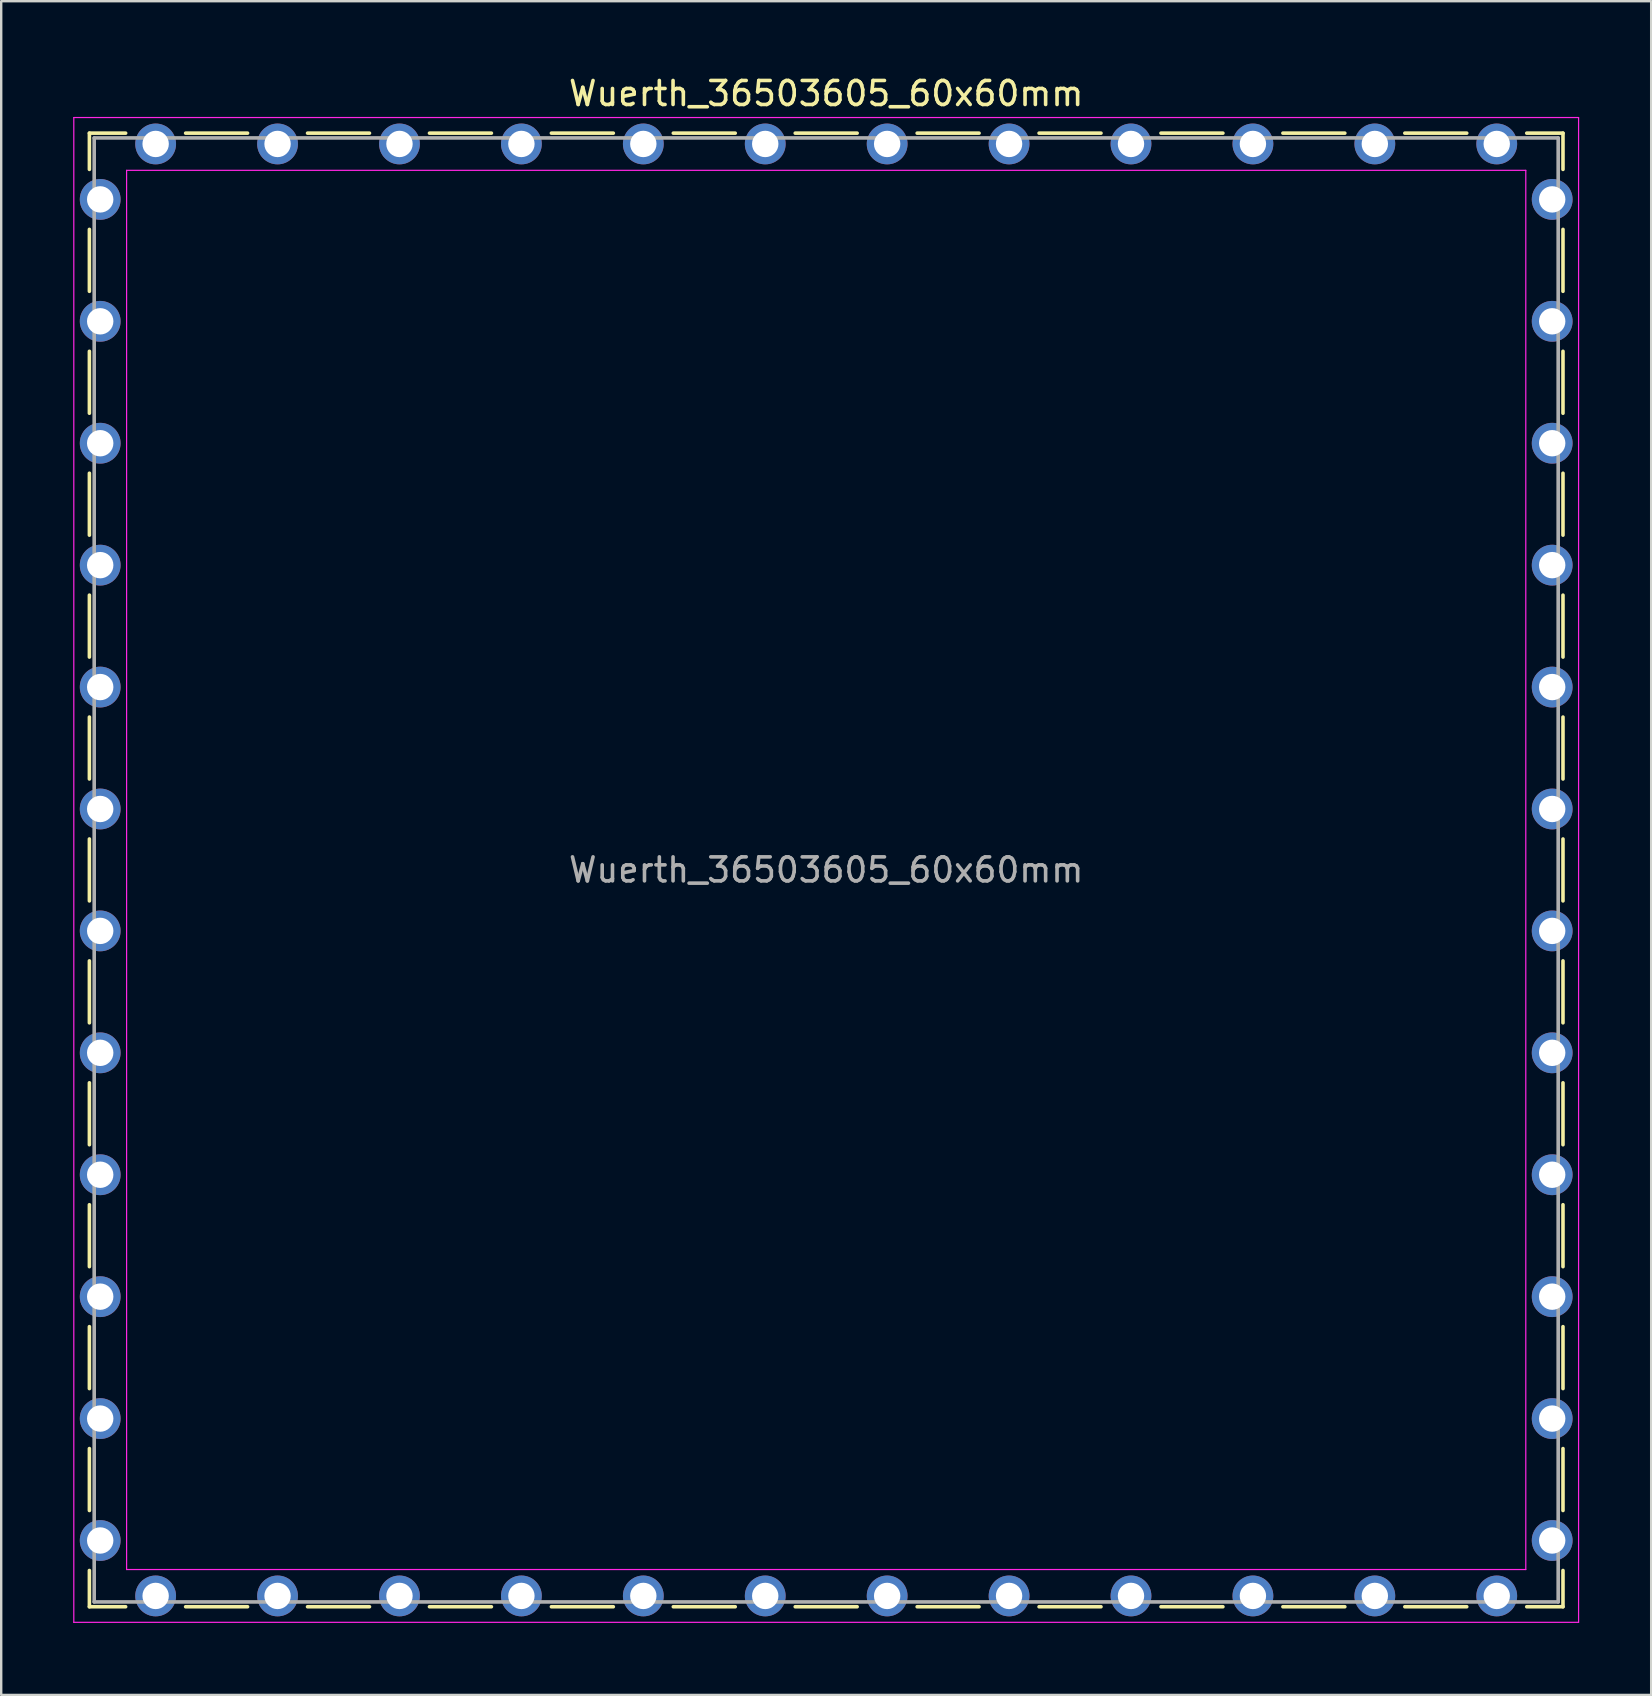
<source format=kicad_pcb>
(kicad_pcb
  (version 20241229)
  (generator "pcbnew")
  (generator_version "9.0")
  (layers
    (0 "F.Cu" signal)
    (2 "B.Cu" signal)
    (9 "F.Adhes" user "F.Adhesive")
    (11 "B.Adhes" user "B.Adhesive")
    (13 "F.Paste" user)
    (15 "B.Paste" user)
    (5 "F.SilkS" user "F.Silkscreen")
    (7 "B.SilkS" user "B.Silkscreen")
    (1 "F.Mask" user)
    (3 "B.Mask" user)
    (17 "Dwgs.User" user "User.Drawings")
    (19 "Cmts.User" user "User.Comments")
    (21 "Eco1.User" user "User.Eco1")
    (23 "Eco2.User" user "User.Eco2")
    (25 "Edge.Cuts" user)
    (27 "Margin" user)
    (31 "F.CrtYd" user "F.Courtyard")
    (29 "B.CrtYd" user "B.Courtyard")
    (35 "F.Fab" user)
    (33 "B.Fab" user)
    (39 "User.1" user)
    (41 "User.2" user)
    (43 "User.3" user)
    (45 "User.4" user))
  (footprint "Wuerth_36503605_60x60mm"
    (layer "F.Cu")
    (at 31.375 33.198)
    (property "Reference" "Wuerth_36503605_60x60mm" (at 0 -32.35 0) (layer "F.SilkS") (effects (font (size 1 1) (thickness 0.15))))
    (attr through_hole)
    (fp_line (start -30.7 -30.7) (end -29.19 -30.7) (stroke (width 0.15) (type solid)) (layer "F.SilkS"))
    (fp_line (start -30.7 -29.19) (end -30.7 -30.7) (stroke (width 0.15) (type solid)) (layer "F.SilkS"))
    (fp_line (start -30.7 -24.11) (end -30.7 -26.69) (stroke (width 0.15) (type solid)) (layer "F.SilkS"))
    (fp_line (start -30.7 -19.03) (end -30.7 -21.61) (stroke (width 0.15) (type solid)) (layer "F.SilkS"))
    (fp_line (start -30.7 -13.95) (end -30.7 -16.53) (stroke (width 0.15) (type solid)) (layer "F.SilkS"))
    (fp_line (start -30.7 -8.87) (end -30.7 -11.45) (stroke (width 0.15) (type solid)) (layer "F.SilkS"))
    (fp_line (start -30.7 -3.79) (end -30.7 -6.37) (stroke (width 0.15) (type solid)) (layer "F.SilkS"))
    (fp_line (start -30.7 -1.29) (end -30.7 1.29) (stroke (width 0.15) (type solid)) (layer "F.SilkS"))
    (fp_line (start -30.7 3.79) (end -30.7 6.37) (stroke (width 0.15) (type solid)) (layer "F.SilkS"))
    (fp_line (start -30.7 8.87) (end -30.7 11.45) (stroke (width 0.15) (type solid)) (layer "F.SilkS"))
    (fp_line (start -30.7 13.95) (end -30.7 16.53) (stroke (width 0.15) (type solid)) (layer "F.SilkS"))
    (fp_line (start -30.7 19.03) (end -30.7 21.61) (stroke (width 0.15) (type solid)) (layer "F.SilkS"))
    (fp_line (start -30.7 24.11) (end -30.7 26.69) (stroke (width 0.15) (type solid)) (layer "F.SilkS"))
    (fp_line (start -30.7 29.19) (end -30.7 30.7) (stroke (width 0.15) (type solid)) (layer "F.SilkS"))
    (fp_line (start -30.7 30.7) (end -29.19 30.7) (stroke (width 0.15) (type solid)) (layer "F.SilkS"))
    (fp_line (start -24.11 -30.7) (end -26.69 -30.7) (stroke (width 0.15) (type solid)) (layer "F.SilkS"))
    (fp_line (start -24.11 30.7) (end -26.69 30.7) (stroke (width 0.15) (type solid)) (layer "F.SilkS"))
    (fp_line (start -19.03 -30.7) (end -21.61 -30.7) (stroke (width 0.15) (type solid)) (layer "F.SilkS"))
    (fp_line (start -19.03 30.7) (end -21.61 30.7) (stroke (width 0.15) (type solid)) (layer "F.SilkS"))
    (fp_line (start -13.95 -30.7) (end -16.53 -30.7) (stroke (width 0.15) (type solid)) (layer "F.SilkS"))
    (fp_line (start -13.95 30.7) (end -16.53 30.7) (stroke (width 0.15) (type solid)) (layer "F.SilkS"))
    (fp_line (start -8.87 -30.7) (end -11.45 -30.7) (stroke (width 0.15) (type solid)) (layer "F.SilkS"))
    (fp_line (start -8.87 30.7) (end -11.45 30.7) (stroke (width 0.15) (type solid)) (layer "F.SilkS"))
    (fp_line (start -3.79 -30.7) (end -6.37 -30.7) (stroke (width 0.15) (type solid)) (layer "F.SilkS"))
    (fp_line (start -3.79 30.7) (end -6.37 30.7) (stroke (width 0.15) (type solid)) (layer "F.SilkS"))
    (fp_line (start 1.29 -30.7) (end -1.29 -30.7) (stroke (width 0.15) (type solid)) (layer "F.SilkS"))
    (fp_line (start 1.29 30.7) (end -1.29 30.7) (stroke (width 0.15) (type solid)) (layer "F.SilkS"))
    (fp_line (start 3.79 -30.7) (end 6.37 -30.7) (stroke (width 0.15) (type solid)) (layer "F.SilkS"))
    (fp_line (start 3.79 30.7) (end 6.37 30.7) (stroke (width 0.15) (type solid)) (layer "F.SilkS"))
    (fp_line (start 8.87 -30.7) (end 11.45 -30.7) (stroke (width 0.15) (type solid)) (layer "F.SilkS"))
    (fp_line (start 8.87 30.7) (end 11.45 30.7) (stroke (width 0.15) (type solid)) (layer "F.SilkS"))
    (fp_line (start 13.95 -30.7) (end 16.53 -30.7) (stroke (width 0.15) (type solid)) (layer "F.SilkS"))
    (fp_line (start 13.95 30.7) (end 16.53 30.7) (stroke (width 0.15) (type solid)) (layer "F.SilkS"))
    (fp_line (start 19.03 -30.7) (end 21.61 -30.7) (stroke (width 0.15) (type solid)) (layer "F.SilkS"))
    (fp_line (start 19.03 30.7) (end 21.61 30.7) (stroke (width 0.15) (type solid)) (layer "F.SilkS"))
    (fp_line (start 24.11 -30.7) (end 26.69 -30.7) (stroke (width 0.15) (type solid)) (layer "F.SilkS"))
    (fp_line (start 24.11 30.7) (end 26.69 30.7) (stroke (width 0.15) (type solid)) (layer "F.SilkS"))
    (fp_line (start 30.7 -30.7) (end 29.19 -30.7) (stroke (width 0.15) (type solid)) (layer "F.SilkS"))
    (fp_line (start 30.7 -29.19) (end 30.7 -30.7) (stroke (width 0.15) (type solid)) (layer "F.SilkS"))
    (fp_line (start 30.7 -24.11) (end 30.7 -26.69) (stroke (width 0.15) (type solid)) (layer "F.SilkS"))
    (fp_line (start 30.7 -19.03) (end 30.7 -21.61) (stroke (width 0.15) (type solid)) (layer "F.SilkS"))
    (fp_line (start 30.7 -13.95) (end 30.7 -16.53) (stroke (width 0.15) (type solid)) (layer "F.SilkS"))
    (fp_line (start 30.7 -8.87) (end 30.7 -11.45) (stroke (width 0.15) (type solid)) (layer "F.SilkS"))
    (fp_line (start 30.7 -3.79) (end 30.7 -6.37) (stroke (width 0.15) (type solid)) (layer "F.SilkS"))
    (fp_line (start 30.7 1.29) (end 30.7 -1.29) (stroke (width 0.15) (type solid)) (layer "F.SilkS"))
    (fp_line (start 30.7 3.79) (end 30.7 6.37) (stroke (width 0.15) (type solid)) (layer "F.SilkS"))
    (fp_line (start 30.7 8.87) (end 30.7 11.45) (stroke (width 0.15) (type solid)) (layer "F.SilkS"))
    (fp_line (start 30.7 13.95) (end 30.7 16.53) (stroke (width 0.15) (type solid)) (layer "F.SilkS"))
    (fp_line (start 30.7 19.03) (end 30.7 21.61) (stroke (width 0.15) (type solid)) (layer "F.SilkS"))
    (fp_line (start 30.7 24.11) (end 30.7 26.69) (stroke (width 0.15) (type solid)) (layer "F.SilkS"))
    (fp_line (start 30.7 29.19) (end 30.7 30.7) (stroke (width 0.15) (type solid)) (layer "F.SilkS"))
    (fp_line (start 30.7 30.7) (end 29.19 30.7) (stroke (width 0.15) (type solid)) (layer "F.SilkS"))
    (fp_line (start -31.35 -31.35) (end -31.35 31.35) (stroke (width 0.05) (type solid)) (layer "F.CrtYd"))
    (fp_line (start -31.35 31.35) (end 31.35 31.35) (stroke (width 0.05) (type solid)) (layer "F.CrtYd"))
    (fp_line (start -29.15 -29.15) (end -29.15 29.15) (stroke (width 0.05) (type solid)) (layer "F.CrtYd"))
    (fp_line (start -29.15 29.15) (end 29.15 29.15) (stroke (width 0.05) (type solid)) (layer "F.CrtYd"))
    (fp_line (start 29.15 -29.15) (end -29.15 -29.15) (stroke (width 0.05) (type solid)) (layer "F.CrtYd"))
    (fp_line (start 29.15 29.15) (end 29.15 -29.15) (stroke (width 0.05) (type solid)) (layer "F.CrtYd"))
    (fp_line (start 31.35 -31.35) (end -31.35 -31.35) (stroke (width 0.05) (type solid)) (layer "F.CrtYd"))
    (fp_line (start 31.35 31.35) (end 31.35 -31.35) (stroke (width 0.05) (type solid)) (layer "F.CrtYd"))
    (fp_line (start -30.5 -30.5) (end -30.5 30.5) (stroke (width 0.15) (type solid)) (layer "F.Fab"))
    (fp_line (start -30.5 30.5) (end 30.5 30.5) (stroke (width 0.15) (type solid)) (layer "F.Fab"))
    (fp_line (start 30.5 -30.5) (end -30.5 -30.5) (stroke (width 0.15) (type solid)) (layer "F.Fab"))
    (fp_line (start 30.5 30.5) (end 30.5 -30.5) (stroke (width 0.15) (type solid)) (layer "F.Fab"))
    (fp_text user "${REFERENCE}" (at 0 0 0) (layer "F.Fab") (effects (font (size 1 1) (thickness 0.15))))
    (pad "1" thru_hole circle (at -30.25 -27.94) (size 1.7 1.7) (drill 1.1) (layers "*.Cu" "*.Mask"))
    (pad "1" thru_hole circle (at -30.25 -22.86) (size 1.7 1.7) (drill 1.1) (layers "*.Cu" "*.Mask"))
    (pad "1" thru_hole circle (at -30.25 -17.78) (size 1.7 1.7) (drill 1.1) (layers "*.Cu" "*.Mask"))
    (pad "1" thru_hole circle (at -30.25 -12.7) (size 1.7 1.7) (drill 1.1) (layers "*.Cu" "*.Mask"))
    (pad "1" thru_hole circle (at -30.25 -7.62) (size 1.7 1.7) (drill 1.1) (layers "*.Cu" "*.Mask"))
    (pad "1" thru_hole circle (at -30.25 -2.54) (size 1.7 1.7) (drill 1.1) (layers "*.Cu" "*.Mask"))
    (pad "1" thru_hole circle (at -30.25 2.54) (size 1.7 1.7) (drill 1.1) (layers "*.Cu" "*.Mask"))
    (pad "1" thru_hole circle (at -30.25 7.62) (size 1.7 1.7) (drill 1.1) (layers "*.Cu" "*.Mask"))
    (pad "1" thru_hole circle (at -30.25 12.7) (size 1.7 1.7) (drill 1.1) (layers "*.Cu" "*.Mask"))
    (pad "1" thru_hole circle (at -30.25 17.78) (size 1.7 1.7) (drill 1.1) (layers "*.Cu" "*.Mask"))
    (pad "1" thru_hole circle (at -30.25 22.86) (size 1.7 1.7) (drill 1.1) (layers "*.Cu" "*.Mask"))
    (pad "1" thru_hole circle (at -30.25 27.94) (size 1.7 1.7) (drill 1.1) (layers "*.Cu" "*.Mask"))
    (pad "1" thru_hole circle (at -27.94 -30.25) (size 1.7 1.7) (drill 1.1) (layers "*.Cu" "*.Mask"))
    (pad "1" thru_hole circle (at -27.94 30.25) (size 1.7 1.7) (drill 1.1) (layers "*.Cu" "*.Mask"))
    (pad "1" thru_hole circle (at -22.86 -30.25) (size 1.7 1.7) (drill 1.1) (layers "*.Cu" "*.Mask"))
    (pad "1" thru_hole circle (at -22.86 30.25) (size 1.7 1.7) (drill 1.1) (layers "*.Cu" "*.Mask"))
    (pad "1" thru_hole circle (at -17.78 -30.25) (size 1.7 1.7) (drill 1.1) (layers "*.Cu" "*.Mask"))
    (pad "1" thru_hole circle (at -17.78 30.25) (size 1.7 1.7) (drill 1.1) (layers "*.Cu" "*.Mask"))
    (pad "1" thru_hole circle (at -12.7 -30.25) (size 1.7 1.7) (drill 1.1) (layers "*.Cu" "*.Mask"))
    (pad "1" thru_hole circle (at -12.7 30.25) (size 1.7 1.7) (drill 1.1) (layers "*.Cu" "*.Mask"))
    (pad "1" thru_hole circle (at -7.62 -30.25) (size 1.7 1.7) (drill 1.1) (layers "*.Cu" "*.Mask"))
    (pad "1" thru_hole circle (at -7.62 30.25) (size 1.7 1.7) (drill 1.1) (layers "*.Cu" "*.Mask"))
    (pad "1" thru_hole circle (at -2.54 -30.25) (size 1.7 1.7) (drill 1.1) (layers "*.Cu" "*.Mask"))
    (pad "1" thru_hole circle (at -2.54 30.25) (size 1.7 1.7) (drill 1.1) (layers "*.Cu" "*.Mask"))
    (pad "1" thru_hole circle (at 2.54 -30.25) (size 1.7 1.7) (drill 1.1) (layers "*.Cu" "*.Mask"))
    (pad "1" thru_hole circle (at 2.54 30.25) (size 1.7 1.7) (drill 1.1) (layers "*.Cu" "*.Mask"))
    (pad "1" thru_hole circle (at 7.62 -30.25) (size 1.7 1.7) (drill 1.1) (layers "*.Cu" "*.Mask"))
    (pad "1" thru_hole circle (at 7.62 30.25) (size 1.7 1.7) (drill 1.1) (layers "*.Cu" "*.Mask"))
    (pad "1" thru_hole circle (at 12.7 -30.25) (size 1.7 1.7) (drill 1.1) (layers "*.Cu" "*.Mask"))
    (pad "1" thru_hole circle (at 12.7 30.25) (size 1.7 1.7) (drill 1.1) (layers "*.Cu" "*.Mask"))
    (pad "1" thru_hole circle (at 17.78 -30.25) (size 1.7 1.7) (drill 1.1) (layers "*.Cu" "*.Mask"))
    (pad "1" thru_hole circle (at 17.78 30.25) (size 1.7 1.7) (drill 1.1) (layers "*.Cu" "*.Mask"))
    (pad "1" thru_hole circle (at 22.86 -30.25) (size 1.7 1.7) (drill 1.1) (layers "*.Cu" "*.Mask"))
    (pad "1" thru_hole circle (at 22.86 30.25) (size 1.7 1.7) (drill 1.1) (layers "*.Cu" "*.Mask"))
    (pad "1" thru_hole circle (at 27.94 -30.25) (size 1.7 1.7) (drill 1.1) (layers "*.Cu" "*.Mask"))
    (pad "1" thru_hole circle (at 27.94 30.25) (size 1.7 1.7) (drill 1.1) (layers "*.Cu" "*.Mask"))
    (pad "1" thru_hole circle (at 30.25 -27.94) (size 1.7 1.7) (drill 1.1) (layers "*.Cu" "*.Mask"))
    (pad "1" thru_hole circle (at 30.25 -22.86) (size 1.7 1.7) (drill 1.1) (layers "*.Cu" "*.Mask"))
    (pad "1" thru_hole circle (at 30.25 -17.78) (size 1.7 1.7) (drill 1.1) (layers "*.Cu" "*.Mask"))
    (pad "1" thru_hole circle (at 30.25 -12.7) (size 1.7 1.7) (drill 1.1) (layers "*.Cu" "*.Mask"))
    (pad "1" thru_hole circle (at 30.25 -7.62) (size 1.7 1.7) (drill 1.1) (layers "*.Cu" "*.Mask"))
    (pad "1" thru_hole circle (at 30.25 -2.54) (size 1.7 1.7) (drill 1.1) (layers "*.Cu" "*.Mask"))
    (pad "1" thru_hole circle (at 30.25 2.54) (size 1.7 1.7) (drill 1.1) (layers "*.Cu" "*.Mask"))
    (pad "1" thru_hole circle (at 30.25 7.62) (size 1.7 1.7) (drill 1.1) (layers "*.Cu" "*.Mask"))
    (pad "1" thru_hole circle (at 30.25 12.7) (size 1.7 1.7) (drill 1.1) (layers "*.Cu" "*.Mask"))
    (pad "1" thru_hole circle (at 30.25 17.78) (size 1.7 1.7) (drill 1.1) (layers "*.Cu" "*.Mask"))
    (pad "1" thru_hole circle (at 30.25 22.86) (size 1.7 1.7) (drill 1.1) (layers "*.Cu" "*.Mask"))
    (pad "1" thru_hole circle (at 30.25 27.94) (size 1.7 1.7) (drill 1.1) (layers "*.Cu" "*.Mask")))
  (gr_rect
    (start -3 -3)
    (end 65.75 67.573)
    (stroke (width 0.1) (type default))
    (fill no)
    (layer "Edge.Cuts")))
</source>
